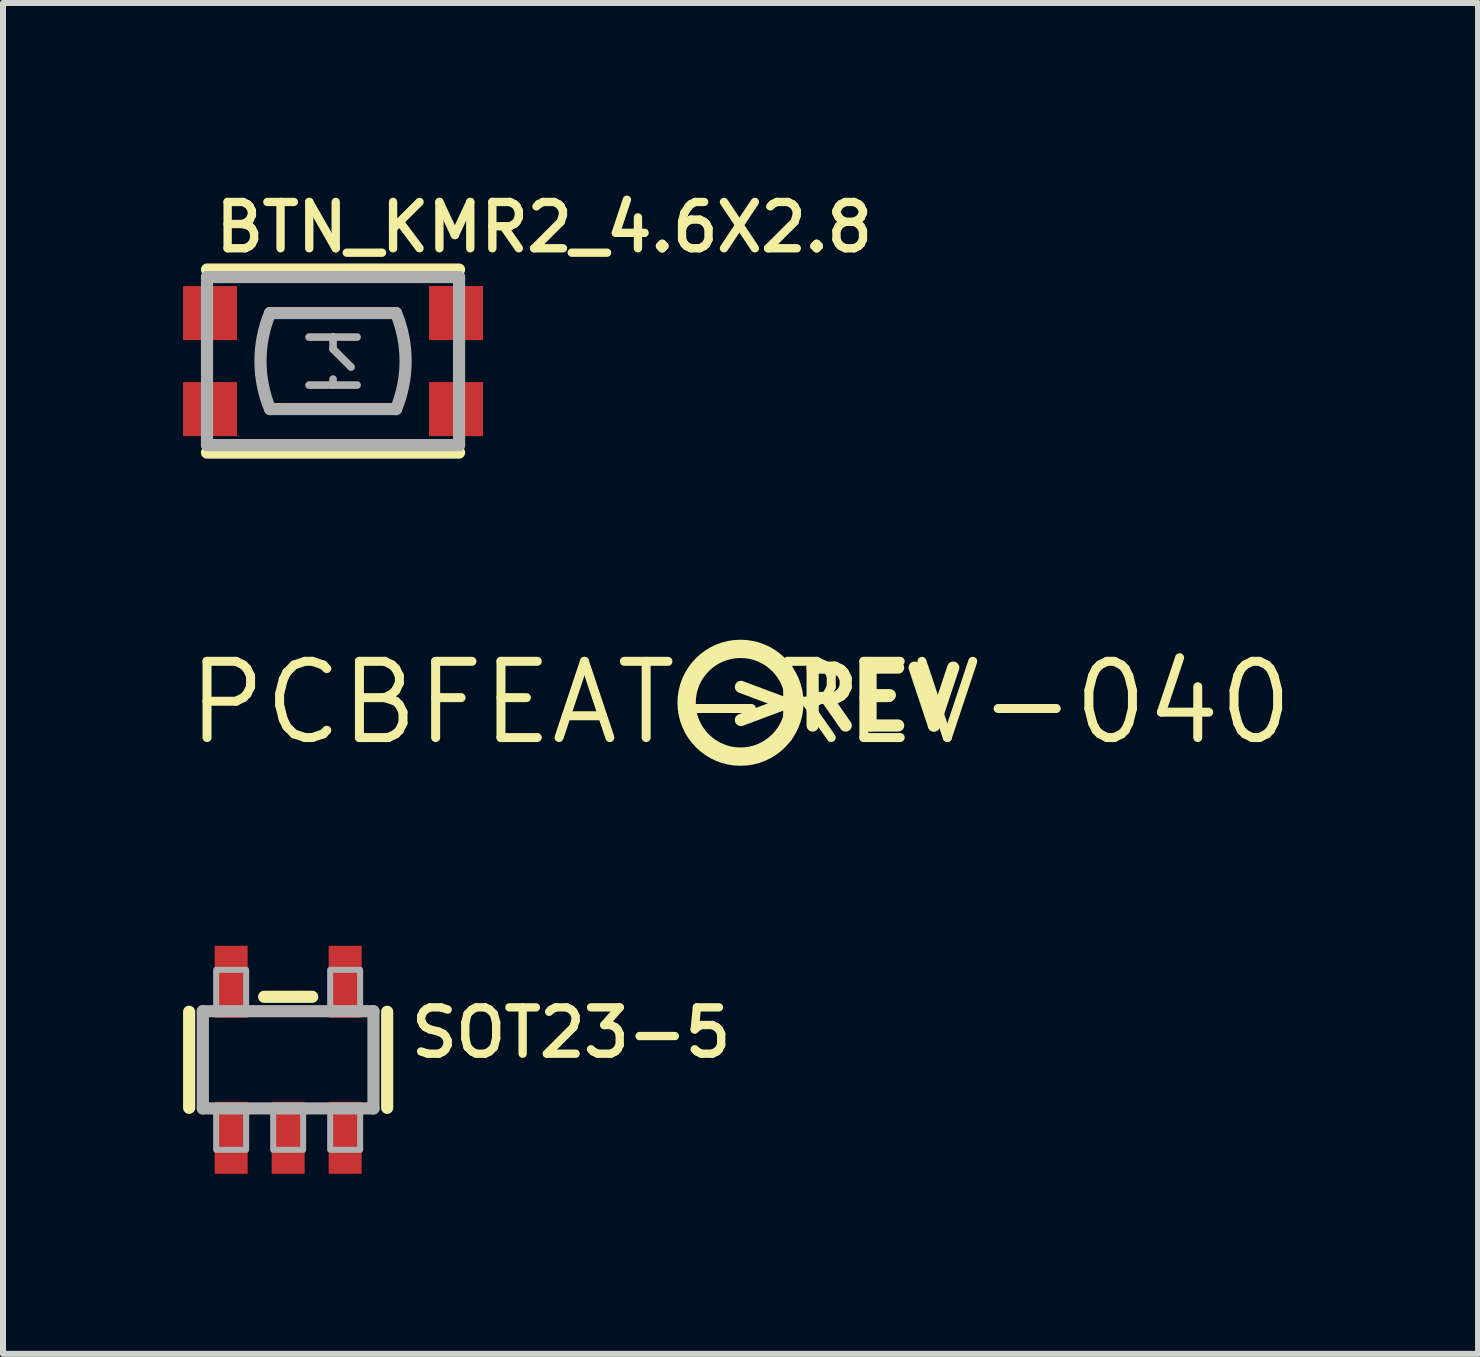
<source format=kicad_pcb>
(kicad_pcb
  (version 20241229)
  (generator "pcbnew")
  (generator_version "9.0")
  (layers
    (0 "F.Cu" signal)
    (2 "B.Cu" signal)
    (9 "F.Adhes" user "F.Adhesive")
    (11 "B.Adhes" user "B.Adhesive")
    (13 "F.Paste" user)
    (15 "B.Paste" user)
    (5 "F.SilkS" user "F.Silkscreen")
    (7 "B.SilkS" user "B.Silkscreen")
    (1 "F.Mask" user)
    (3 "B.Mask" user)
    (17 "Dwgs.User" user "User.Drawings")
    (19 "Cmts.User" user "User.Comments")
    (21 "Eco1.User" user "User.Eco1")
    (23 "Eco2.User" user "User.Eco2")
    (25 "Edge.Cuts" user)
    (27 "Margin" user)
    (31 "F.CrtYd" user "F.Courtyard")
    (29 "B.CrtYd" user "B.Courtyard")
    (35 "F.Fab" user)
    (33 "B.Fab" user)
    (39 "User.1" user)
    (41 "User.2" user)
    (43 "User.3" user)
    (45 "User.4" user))
  (footprint "BTN_KMR2_4.6X2.8"
    (layer "F.Cu")
    (at 2.5 2.967)
    (property "Reference" "BTN_KMR2_4.6X2.8" (at -2.032 -1.778 0) (layer "F.SilkS") (effects (font (size 0.772 0.772) (thickness 0.139)) (justify left bottom)))
    (attr through_hole)
    (fp_line (start -2.1 -1.525) (end 2.1 -1.525) (stroke (width 0.203) (type solid)) (layer "F.SilkS"))
    (fp_line (start 2.1 1.525) (end -2.1 1.525) (stroke (width 0.203) (type solid)) (layer "F.SilkS"))
    (fp_line (start -2.1 -1.4) (end 2.1 -1.4) (stroke (width 0.203) (type solid)) (layer "F.Fab"))
    (fp_line (start -2.1 1.4) (end -2.1 -1.4) (stroke (width 0.203) (type solid)) (layer "F.Fab"))
    (fp_line (start -1.05 -0.8) (end 1.05 -0.8) (stroke (width 0.203) (type solid)) (layer "F.Fab"))
    (fp_line (start -0.4 -0.4) (end 0 -0.4) (stroke (width 0.127) (type solid)) (layer "F.Fab"))
    (fp_line (start -0.4 0.4) (end 0 0.4) (stroke (width 0.127) (type solid)) (layer "F.Fab"))
    (fp_line (start 0 -0.4) (end 0 -0.2) (stroke (width 0.127) (type solid)) (layer "F.Fab"))
    (fp_line (start 0 -0.4) (end 0.4 -0.4) (stroke (width 0.127) (type solid)) (layer "F.Fab"))
    (fp_line (start 0 -0.2) (end 0.3 0.1) (stroke (width 0.127) (type solid)) (layer "F.Fab"))
    (fp_line (start 0 0.4) (end 0 0.3) (stroke (width 0.127) (type solid)) (layer "F.Fab"))
    (fp_line (start 0 0.4) (end 0.4 0.4) (stroke (width 0.127) (type solid)) (layer "F.Fab"))
    (fp_line (start 1.05 0.8) (end -1.05 0.8) (stroke (width 0.203) (type solid)) (layer "F.Fab"))
    (fp_line (start 2.1 -1.4) (end 2.1 1.4) (stroke (width 0.203) (type solid)) (layer "F.Fab"))
    (fp_line (start 2.1 1.4) (end -2.1 1.4) (stroke (width 0.203) (type solid)) (layer "F.Fab"))
    (fp_arc (start -1.05 0.8) (mid -1.209128 0) (end -1.05 -0.799999) (stroke (width 0.2032) (type solid)) (layer "F.Fab"))
    (fp_arc (start 1.05 -0.8) (mid 1.209128 0) (end 1.05 0.799999) (stroke (width 0.2032) (type solid)) (layer "F.Fab"))
    (pad "A" smd rect (at 2.05 -0.8) (size 0.9 0.9) (layers "F.Cu" "F.Mask" "F.Paste"))
    (pad "A'" smd rect (at -2.05 -0.8) (size 0.9 0.9) (layers "F.Cu" "F.Mask" "F.Paste"))
    (pad "B" smd rect (at 2.05 0.8) (size 0.9 0.9) (layers "F.Cu" "F.Mask" "F.Paste"))
    (pad "B'" smd rect (at -2.05 0.8) (size 0.9 0.9) (layers "F.Cu" "F.Mask" "F.Paste")))
  (footprint "SOT23-5"
    (layer "F.Cu")
    (at 1.752 14.611)
    (property "Reference" "SOT23-5" (at 1.978 0 180) (layer "F.SilkS") (effects (font (size 0.772 0.772) (thickness 0.139)) (justify left bottom)))
    (attr through_hole)
    (fp_line (start -1.65 -0.8) (end -1.65 0.8) (stroke (width 0.203) (type solid)) (layer "F.SilkS"))
    (fp_line (start -0.4 -1.05) (end 0.4 -1.05) (stroke (width 0.203) (type solid)) (layer "F.SilkS"))
    (fp_line (start 1.65 -0.8) (end 1.65 0.8) (stroke (width 0.203) (type solid)) (layer "F.SilkS"))
    (fp_line (start -1.422 -0.81) (end 1.422 -0.81) (stroke (width 0.203) (type solid)) (layer "F.Fab"))
    (fp_line (start -1.422 0.81) (end -1.422 -0.81) (stroke (width 0.203) (type solid)) (layer "F.Fab"))
    (fp_line (start 1.422 -0.81) (end 1.422 0.81) (stroke (width 0.203) (type solid)) (layer "F.Fab"))
    (fp_line (start 1.422 0.81) (end -1.422 0.81) (stroke (width 0.203) (type solid)) (layer "F.Fab"))
    (fp_poly (pts (xy -1.2 -0.85) (xy -0.7 -0.85) (xy -0.7 -1.5) (xy -1.2 -1.5)) (stroke (width 0.1) (type solid)) (fill no) (layer "F.Fab"))
    (fp_poly (pts (xy -1.2 1.5) (xy -0.7 1.5) (xy -0.7 0.85) (xy -1.2 0.85)) (stroke (width 0.1) (type solid)) (fill no) (layer "F.Fab"))
    (fp_poly (pts (xy -0.25 1.5) (xy 0.25 1.5) (xy 0.25 0.85) (xy -0.25 0.85)) (stroke (width 0.1) (type solid)) (fill no) (layer "F.Fab"))
    (fp_poly (pts (xy 0.7 -0.85) (xy 1.2 -0.85) (xy 1.2 -1.5) (xy 0.7 -1.5)) (stroke (width 0.1) (type solid)) (fill no) (layer "F.Fab"))
    (fp_poly (pts (xy 0.7 1.5) (xy 1.2 1.5) (xy 1.2 0.85) (xy 0.7 0.85)) (stroke (width 0.1) (type solid)) (fill no) (layer "F.Fab"))
    (pad "1" smd rect (at -0.95 1.3) (size 0.55 1.2) (layers "F.Cu" "F.Mask" "F.Paste"))
    (pad "2" smd rect (at 0 1.3) (size 0.55 1.2) (layers "F.Cu" "F.Mask" "F.Paste"))
    (pad "3" smd rect (at 0.95 1.3) (size 0.55 1.2) (layers "F.Cu" "F.Mask" "F.Paste"))
    (pad "4" smd rect (at 0.95 -1.3) (size 0.55 1.2) (layers "F.Cu" "F.Mask" "F.Paste"))
    (pad "5" smd rect (at -0.95 -1.3) (size 0.55 1.2) (layers "F.Cu" "F.Mask" "F.Paste")))
  (footprint "PCBFEAT-REV-040"
    (layer "F.Cu")
    (at 9.29 8.661)
    (property "Reference" "PCBFEAT-REV-040" (at 0 0 0) (layer "F.SilkS") (effects (font (size 1.27 1.27) (thickness 0.15))))
    (attr through_hole)
    (fp_circle (center 0 0) (end 0.898 0) (stroke (width 0.305) (type solid)) (fill no) (layer "F.SilkS"))
    (fp_text user ">REV" (at -0.356 0.508 0) (layer "F.SilkS") (effects (font (size 0.965 0.965) (thickness 0.203)) (justify left bottom))))
  (gr_rect
    (start -3 -3)
    (end 21.581 19.512)
    (stroke (width 0.1) (type default))
    (fill no)
    (layer "Edge.Cuts")))
</source>
